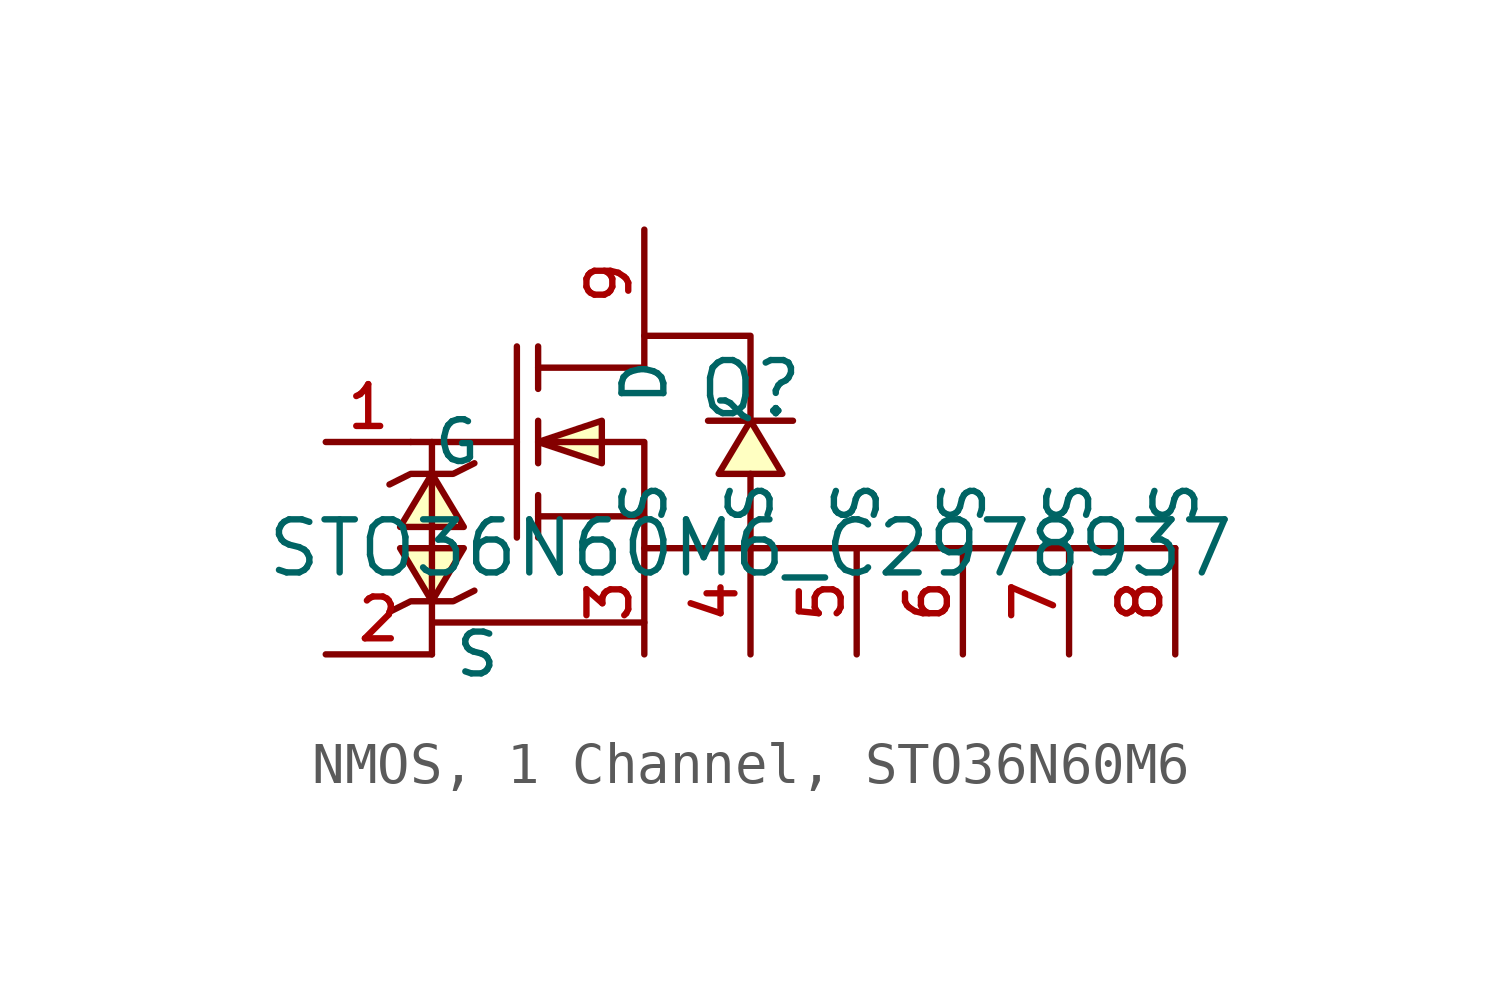
<source format=kicad_sym>
(kicad_symbol_lib
  (version 20231120)
  (generator "CDFER_Archive_Tool")
  (generator_version "0.0")
  (symbol "NMOS, 1 Channel, STO36N60M6"
    (property "Reference" "Q"
      (at 0 1.27 0)
      (effects (font (size 1.27 1.27))))
    (property "Value" "STO36N60M6_C2978937"
      (at 0 -2.54 0)
      (effects (font (size 1.27 1.27))))
    (symbol "NMOS, 1 Channel, STO36N60M6_0_1"
      (polyline (pts (xy -8.128 0) (xy -5.588 0)) (stroke (width 0) (type default)) (fill (type none)))
      (polyline (pts (xy -5.588 2.286) (xy -5.588 -2.286)) (stroke (width 0) (type default)) (fill (type none)))
      (polyline (pts (xy -5.08 -2.286) (xy -5.08 -1.27)) (stroke (width 0) (type default)) (fill (type none)))
      (polyline (pts (xy -5.08 -0.508) (xy -5.08 0.508)) (stroke (width 0) (type default)) (fill (type none)))
      (polyline (pts (xy -5.08 2.286) (xy -5.08 1.27)) (stroke (width 0) (type default)) (fill (type none)))
      (polyline (pts (xy -2.54 -1.778) (xy -5.08 -1.778)) (stroke (width 0) (type default)) (fill (type none)))
      (polyline (pts (xy -8.636 -4.064) (xy -8.128 -3.81) (xy -7.112 -3.81) (xy -6.604 -3.556)) (stroke (width 0) (type default)) (fill (type none)))
      (polyline (pts (xy -7.62 -3.81) (xy -6.858 -2.54) (xy -8.382 -2.54) (xy -7.62 -3.81)) (stroke (width 0) (type default)) (fill (type background)))
      (polyline (pts (xy -7.62 -0.762) (xy -8.382 -2.032) (xy -6.858 -2.032) (xy -7.62 -0.762)) (stroke (width 0) (type default)) (fill (type background)))
      (polyline (pts (xy -6.604 -0.508) (xy -7.112 -0.762) (xy -8.128 -0.762) (xy -8.636 -1.016)) (stroke (width 0) (type default)) (fill (type none)))
      (polyline (pts (xy -5.08 0) (xy -3.556 0.508) (xy -3.556 -0.508) (xy -5.08 0)) (stroke (width 0) (type default)) (fill (type background)))
      (polyline (pts (xy 0 0.508) (xy -0.762 -0.762) (xy 0.762 -0.762) (xy 0 0.508)) (stroke (width 0) (type default)) (fill (type background)))
      (polyline (pts (xy 1.016 0.508) (xy 0.508 0.508) (xy -0.508 0.508) (xy -1.016 0.508)) (stroke (width 0) (type default)) (fill (type none)))
      (polyline (pts (xy -5.08 1.778) (xy -2.54 1.778) (xy -2.54 2.54) (xy 0 2.54) (xy 0 0.508)) (stroke (width 0) (type default)) (fill (type none)))
      (polyline (pts (xy -5.08 0) (xy -2.54 0) (xy -2.54 -2.54) (xy 10.16 -2.54) (xy 0 -2.54) (xy 0 -0.762)) (stroke (width 0) (type default)) (fill (type none)))
      (polyline (pts (xy -2.54 -4.318) (xy -7.62 -4.318) (xy -7.62 -5.08) (xy -7.62 -2.032) (xy -7.62 -1.016) (xy -7.62 0)) (stroke (width 0) (type default)) (fill (type none)))
      (pin unspecified line (at -10.16 0 0) (length 2.032) (name "G" (effects (font (size 1 1)))) (number "1" (effects (font (size 1 1)))))
      (pin unspecified line (at -10.16 -5.08 0) (length 2.54) (name "S" (effects (font (size 1 1)))) (number "2" (effects (font (size 1 1)))))
      (pin unspecified line (at -2.54 -5.08 90) (length 2.54) (name "S" (effects (font (size 1 1)))) (number "3" (effects (font (size 1 1)))))
      (pin unspecified line (at 0 -5.08 90) (length 2.54) (name "S" (effects (font (size 1 1)))) (number "4" (effects (font (size 1 1)))))
      (pin unspecified line (at 2.54 -5.08 90) (length 2.54) (name "S" (effects (font (size 1 1)))) (number "5" (effects (font (size 1 1)))))
      (pin unspecified line (at 5.08 -5.08 90) (length 2.54) (name "S" (effects (font (size 1 1)))) (number "6" (effects (font (size 1 1)))))
      (pin unspecified line (at 7.62 -5.08 90) (length 2.54) (name "S" (effects (font (size 1 1)))) (number "7" (effects (font (size 1 1)))))
      (pin unspecified line (at 10.16 -5.08 90) (length 2.54) (name "S" (effects (font (size 1 1)))) (number "8" (effects (font (size 1 1)))))
      (pin unspecified line (at -2.54 5.08 270) (length 2.54) (name "D" (effects (font (size 1 1)))) (number "9" (effects (font (size 1 1))))))))
</source>
